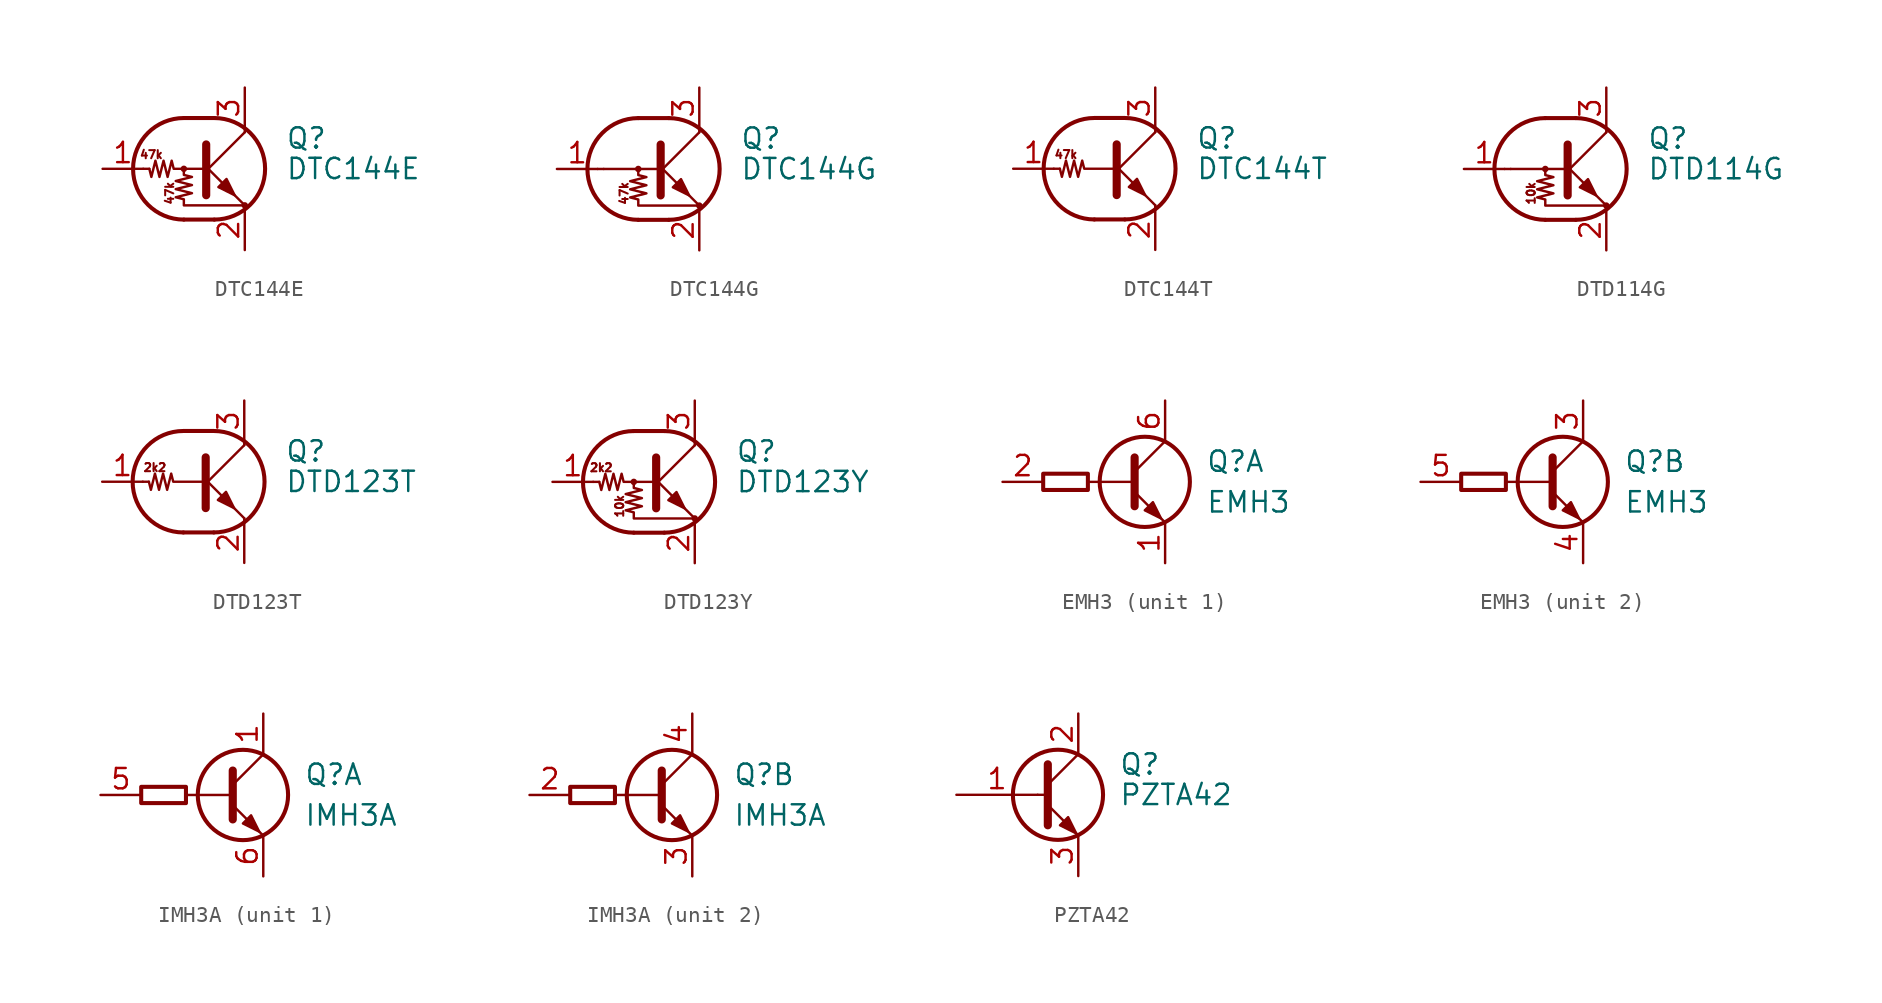
<source format=kicad_sym>
(kicad_symbol_lib
  (version 20201005)
  (generator kicad_symbol_editor)
  (symbol "Transistor_BJT:DTC144E"
    (pin_names
      (offset 0) hide)
    (property "Reference" "Q"
      (at 5.08 1.905 0)
      (effects (font (size 1.27 1.27)) (justify left)))
    (property "Value" "DTC144E"
      (at 5.08 0 0)
      (effects (font (size 1.27 1.27)) (justify left)))
    (symbol "DTC144E_0_0"
      (text "47k" (at -3.302 0.889 0) (effects (font (size 0.508 0.508))))
      (text "47k" (at -2.159 -1.524 900) (effects (font (size 0.508 0.508)))))
    (symbol "DTC144E_0_1"
      (arc (start -1.27 3.175) (end -1.27 -3.175) (radius (at -1.27 0) (length 3.175) (angles 90.1 -90.1)) (stroke (width 0.254)) (fill (type none)))
      (arc (start 0.635 -3.175) (end 0.635 3.175) (radius (at 0.635 0) (length 3.175) (angles -89.9 89.9)) (stroke (width 0.254)) (fill (type none)))
      (circle (center -1.27 0) (radius 0.127) (stroke (width 0)) (fill (type none)))
      (circle (center 2.54 -2.286) (radius 0.127) (stroke (width 0)) (fill (type none)))
      (polyline (pts (xy -3.429 0) (xy -3.81 0)) (stroke (width 0)) (fill (type none)))
      (polyline (pts (xy -1.27 -3.175) (xy 0.635 -3.175)) (stroke (width 0.254)) (fill (type none)))
      (polyline (pts (xy -1.27 3.175) (xy 0.635 3.175)) (stroke (width 0.254)) (fill (type none)))
      (polyline (pts (xy 0 -0.254) (xy 2.54 2.286)) (stroke (width 0)) (fill (type none)))
      (polyline (pts (xy 0.127 1.524) (xy 0.127 -1.651)) (stroke (width 0.508)) (fill (type outline)))
      (polyline (pts (xy 2.54 2.286) (xy 2.54 2.54)) (stroke (width 0)) (fill (type none)))
      (polyline (pts (xy 2.54 -2.286) (xy 0 0.254) (xy 0 0.254)) (stroke (width 0)) (fill (type none)))
      (polyline (pts (xy 0.889 -1.143) (xy 1.397 -0.635) (xy 1.905 -1.651) (xy 0.889 -1.143)) (stroke (width 0)) (fill (type outline)))
      (polyline (pts (xy 0 0) (xy -1.905 0) (xy -2.032 0.508) (xy -2.286 -0.508) (xy -2.54 0.508) (xy -2.794 -0.508) (xy -3.048 0.508) (xy -3.302 -0.508) (xy -3.429 0)) (stroke (width 0)) (fill (type none)))
      (polyline (pts (xy -1.27 0) (xy -1.27 -0.381) (xy -0.762 -0.508) (xy -1.778 -0.762) (xy -0.762 -1.016) (xy -1.778 -1.27) (xy -0.762 -1.524) (xy -1.778 -1.778) (xy -1.27 -1.905) (xy -1.27 -2.286) (xy 2.54 -2.286)) (stroke (width 0)) (fill (type none))))
    (symbol "DTC144E_1_1"
      (pin input line (at -6.35 0 0) (length 2.54) (name "B" (effects (font (size 1.27 1.27)))) (number "1" (effects (font (size 1.27 1.27)))))
      (pin passive line (at 2.54 -5.08 90) (length 2.54) (name "E" (effects (font (size 1.27 1.27)))) (number "2" (effects (font (size 1.27 1.27)))))
      (pin passive line (at 2.54 5.08 270) (length 2.54) (name "C" (effects (font (size 1.27 1.27)))) (number "3" (effects (font (size 1.27 1.27)))))))
  (symbol "Transistor_BJT:DTC144G"
    (pin_names
      (offset 0) hide)
    (property "Reference" "Q"
      (at 5.08 1.905 0)
      (effects (font (size 1.27 1.27)) (justify left)))
    (property "Value" "DTC144G"
      (at 5.08 0 0)
      (effects (font (size 1.27 1.27)) (justify left)))
    (symbol "DTC144G_0_0"
      (text "47k" (at -2.159 -1.524 900) (effects (font (size 0.508 0.508))))
      (polyline (pts (xy -3.429 0) (xy 0 0)) (stroke (width 0)) (fill (type none))))
    (symbol "DTC144G_0_1"
      (arc (start -1.27 3.175) (end -1.27 -3.175) (radius (at -1.27 0) (length 3.175) (angles 90.1 -90.1)) (stroke (width 0.254)) (fill (type none)))
      (arc (start 0.635 -3.175) (end 0.635 3.175) (radius (at 0.635 0) (length 3.175) (angles -89.9 89.9)) (stroke (width 0.254)) (fill (type none)))
      (circle (center -1.27 0) (radius 0.127) (stroke (width 0)) (fill (type none)))
      (circle (center 2.54 -2.286) (radius 0.127) (stroke (width 0)) (fill (type none)))
      (polyline (pts (xy -3.429 0) (xy -3.81 0)) (stroke (width 0)) (fill (type none)))
      (polyline (pts (xy -1.27 -3.175) (xy 0.635 -3.175)) (stroke (width 0.254)) (fill (type none)))
      (polyline (pts (xy -1.27 3.175) (xy 0.635 3.175)) (stroke (width 0.254)) (fill (type none)))
      (polyline (pts (xy 0 -0.254) (xy 2.54 2.286)) (stroke (width 0)) (fill (type none)))
      (polyline (pts (xy 0.127 1.524) (xy 0.127 -1.651)) (stroke (width 0.508)) (fill (type outline)))
      (polyline (pts (xy 2.54 2.286) (xy 2.54 2.54)) (stroke (width 0)) (fill (type none)))
      (polyline (pts (xy 2.54 -2.286) (xy 0 0.254) (xy 0 0.254)) (stroke (width 0)) (fill (type none)))
      (polyline (pts (xy 0.889 -1.143) (xy 1.397 -0.635) (xy 1.905 -1.651) (xy 0.889 -1.143)) (stroke (width 0)) (fill (type outline)))
      (polyline (pts (xy -1.27 0) (xy -1.27 -0.381) (xy -0.762 -0.508) (xy -1.778 -0.762) (xy -0.762 -1.016) (xy -1.778 -1.27) (xy -0.762 -1.524) (xy -1.778 -1.778) (xy -1.27 -1.905) (xy -1.27 -2.286) (xy 2.54 -2.286)) (stroke (width 0)) (fill (type none))))
    (symbol "DTC144G_1_1"
      (pin input line (at -6.35 0 0) (length 2.54) (name "B" (effects (font (size 1.27 1.27)))) (number "1" (effects (font (size 1.27 1.27)))))
      (pin passive line (at 2.54 -5.08 90) (length 2.54) (name "E" (effects (font (size 1.27 1.27)))) (number "2" (effects (font (size 1.27 1.27)))))
      (pin passive line (at 2.54 5.08 270) (length 2.54) (name "C" (effects (font (size 1.27 1.27)))) (number "3" (effects (font (size 1.27 1.27)))))))
  (symbol "Transistor_BJT:DTC144T"
    (pin_names
      (offset 0) hide)
    (property "Reference" "Q"
      (at 5.08 1.905 0)
      (effects (font (size 1.27 1.27)) (justify left)))
    (property "Value" "DTC144T"
      (at 5.08 0 0)
      (effects (font (size 1.27 1.27)) (justify left)))
    (symbol "DTC144T_0_0"
      (text "47k" (at -3.048 0.889 0) (effects (font (size 0.508 0.508))))
      (polyline (pts (xy 2.54 -2.286) (xy 2.54 -2.54)) (stroke (width 0)) (fill (type none))))
    (symbol "DTC144T_0_1"
      (arc (start -1.27 3.175) (end -1.27 -3.175) (radius (at -1.27 0) (length 3.175) (angles 90.1 -90.1)) (stroke (width 0.254)) (fill (type none)))
      (arc (start 0.635 -3.175) (end 0.635 3.175) (radius (at 0.635 0) (length 3.175) (angles -89.9 89.9)) (stroke (width 0.254)) (fill (type none)))
      (polyline (pts (xy -3.429 0) (xy -3.81 0)) (stroke (width 0)) (fill (type none)))
      (polyline (pts (xy -1.27 -3.175) (xy 0.635 -3.175)) (stroke (width 0.254)) (fill (type none)))
      (polyline (pts (xy -1.27 3.175) (xy 0.635 3.175)) (stroke (width 0.254)) (fill (type none)))
      (polyline (pts (xy 0 -0.254) (xy 2.54 2.286)) (stroke (width 0)) (fill (type none)))
      (polyline (pts (xy 0.127 1.524) (xy 0.127 -1.651)) (stroke (width 0.508)) (fill (type outline)))
      (polyline (pts (xy 2.54 2.286) (xy 2.54 2.54)) (stroke (width 0)) (fill (type none)))
      (polyline (pts (xy 2.54 -2.286) (xy 0 0.254) (xy 0 0.254)) (stroke (width 0)) (fill (type none)))
      (polyline (pts (xy 0.889 -1.143) (xy 1.397 -0.635) (xy 1.905 -1.651) (xy 0.889 -1.143)) (stroke (width 0)) (fill (type outline)))
      (polyline (pts (xy 0 0) (xy -1.905 0) (xy -2.032 0.508) (xy -2.286 -0.508) (xy -2.54 0.508) (xy -2.794 -0.508) (xy -3.048 0.508) (xy -3.302 -0.508) (xy -3.429 0)) (stroke (width 0)) (fill (type none))))
    (symbol "DTC144T_1_1"
      (pin input line (at -6.35 0 0) (length 2.54) (name "B" (effects (font (size 1.27 1.27)))) (number "1" (effects (font (size 1.27 1.27)))))
      (pin passive line (at 2.54 -5.08 90) (length 2.54) (name "E" (effects (font (size 1.27 1.27)))) (number "2" (effects (font (size 1.27 1.27)))))
      (pin passive line (at 2.54 5.08 270) (length 2.54) (name "C" (effects (font (size 1.27 1.27)))) (number "3" (effects (font (size 1.27 1.27)))))))
  (symbol "Transistor_BJT:DTD114G"
    (pin_names
      (offset 0) hide)
    (property "Reference" "Q"
      (at 5.08 1.905 0)
      (effects (font (size 1.27 1.27)) (justify left)))
    (property "Value" "DTD114G"
      (at 5.08 0 0)
      (effects (font (size 1.27 1.27)) (justify left)))
    (symbol "DTD114G_0_0"
      (text "10k" (at -2.159 -1.524 900) (effects (font (size 0.508 0.508))))
      (polyline (pts (xy -3.429 0) (xy 0 0)) (stroke (width 0)) (fill (type none))))
    (symbol "DTD114G_0_1"
      (arc (start -1.27 3.175) (end -1.27 -3.175) (radius (at -1.27 0) (length 3.175) (angles 90.1 -90.1)) (stroke (width 0.254)) (fill (type none)))
      (arc (start 0.635 -3.175) (end 0.635 3.175) (radius (at 0.635 0) (length 3.175) (angles -89.9 89.9)) (stroke (width 0.254)) (fill (type none)))
      (circle (center -1.27 0) (radius 0.127) (stroke (width 0)) (fill (type none)))
      (circle (center 2.54 -2.286) (radius 0.127) (stroke (width 0)) (fill (type none)))
      (polyline (pts (xy -3.429 0) (xy -3.81 0)) (stroke (width 0)) (fill (type none)))
      (polyline (pts (xy -1.27 -3.175) (xy 0.635 -3.175)) (stroke (width 0.254)) (fill (type none)))
      (polyline (pts (xy -1.27 3.175) (xy 0.635 3.175)) (stroke (width 0.254)) (fill (type none)))
      (polyline (pts (xy 0 -0.254) (xy 2.54 2.286)) (stroke (width 0)) (fill (type none)))
      (polyline (pts (xy 0.127 1.524) (xy 0.127 -1.651)) (stroke (width 0.508)) (fill (type outline)))
      (polyline (pts (xy 2.54 2.286) (xy 2.54 2.54)) (stroke (width 0)) (fill (type none)))
      (polyline (pts (xy 2.54 -2.286) (xy 0 0.254) (xy 0 0.254)) (stroke (width 0)) (fill (type none)))
      (polyline (pts (xy 0.889 -1.143) (xy 1.397 -0.635) (xy 1.905 -1.651) (xy 0.889 -1.143)) (stroke (width 0)) (fill (type outline)))
      (polyline (pts (xy -1.27 0) (xy -1.27 -0.381) (xy -0.762 -0.508) (xy -1.778 -0.762) (xy -0.762 -1.016) (xy -1.778 -1.27) (xy -0.762 -1.524) (xy -1.778 -1.778) (xy -1.27 -1.905) (xy -1.27 -2.286) (xy 2.54 -2.286)) (stroke (width 0)) (fill (type none))))
    (symbol "DTD114G_1_1"
      (pin input line (at -6.35 0 0) (length 2.54) (name "B" (effects (font (size 1.27 1.27)))) (number "1" (effects (font (size 1.27 1.27)))))
      (pin passive line (at 2.54 -5.08 90) (length 2.54) (name "E" (effects (font (size 1.27 1.27)))) (number "2" (effects (font (size 1.27 1.27)))))
      (pin passive line (at 2.54 5.08 270) (length 2.54) (name "C" (effects (font (size 1.27 1.27)))) (number "3" (effects (font (size 1.27 1.27)))))))
  (symbol "Transistor_BJT:DTD123T"
    (pin_names
      (offset 0) hide)
    (property "Reference" "Q"
      (at 5.08 1.905 0)
      (effects (font (size 1.27 1.27)) (justify left)))
    (property "Value" "DTD123T"
      (at 5.08 0 0)
      (effects (font (size 1.27 1.27)) (justify left)))
    (symbol "DTD123T_0_0"
      (text "2k2" (at -3.048 0.889 0) (effects (font (size 0.508 0.508))))
      (polyline (pts (xy 2.54 -2.286) (xy 2.54 -2.54)) (stroke (width 0)) (fill (type none))))
    (symbol "DTD123T_0_1"
      (arc (start -1.27 3.175) (end -1.27 -3.175) (radius (at -1.27 0) (length 3.175) (angles 90.1 -90.1)) (stroke (width 0.254)) (fill (type none)))
      (arc (start 0.635 -3.175) (end 0.635 3.175) (radius (at 0.635 0) (length 3.175) (angles -89.9 89.9)) (stroke (width 0.254)) (fill (type none)))
      (polyline (pts (xy -3.429 0) (xy -3.81 0)) (stroke (width 0)) (fill (type none)))
      (polyline (pts (xy -1.27 -3.175) (xy 0.635 -3.175)) (stroke (width 0.254)) (fill (type none)))
      (polyline (pts (xy -1.27 3.175) (xy 0.635 3.175)) (stroke (width 0.254)) (fill (type none)))
      (polyline (pts (xy 0 -0.254) (xy 2.54 2.286)) (stroke (width 0)) (fill (type none)))
      (polyline (pts (xy 0.127 1.524) (xy 0.127 -1.651)) (stroke (width 0.508)) (fill (type outline)))
      (polyline (pts (xy 2.54 2.286) (xy 2.54 2.54)) (stroke (width 0)) (fill (type none)))
      (polyline (pts (xy 2.54 -2.286) (xy 0 0.254) (xy 0 0.254)) (stroke (width 0)) (fill (type none)))
      (polyline (pts (xy 0.889 -1.143) (xy 1.397 -0.635) (xy 1.905 -1.651) (xy 0.889 -1.143)) (stroke (width 0)) (fill (type outline)))
      (polyline (pts (xy 0 0) (xy -1.905 0) (xy -2.032 0.508) (xy -2.286 -0.508) (xy -2.54 0.508) (xy -2.794 -0.508) (xy -3.048 0.508) (xy -3.302 -0.508) (xy -3.429 0)) (stroke (width 0)) (fill (type none))))
    (symbol "DTD123T_1_1"
      (pin input line (at -6.35 0 0) (length 2.54) (name "B" (effects (font (size 1.27 1.27)))) (number "1" (effects (font (size 1.27 1.27)))))
      (pin passive line (at 2.54 -5.08 90) (length 2.54) (name "E" (effects (font (size 1.27 1.27)))) (number "2" (effects (font (size 1.27 1.27)))))
      (pin passive line (at 2.54 5.08 270) (length 2.54) (name "C" (effects (font (size 1.27 1.27)))) (number "3" (effects (font (size 1.27 1.27)))))))
  (symbol "Transistor_BJT:DTD123Y"
    (pin_names
      (offset 0) hide)
    (property "Reference" "Q"
      (at 5.08 1.905 0)
      (effects (font (size 1.27 1.27)) (justify left)))
    (property "Value" "DTD123Y"
      (at 5.08 0 0)
      (effects (font (size 1.27 1.27)) (justify left)))
    (symbol "DTD123Y_0_0"
      (text "10k" (at -2.159 -1.524 900) (effects (font (size 0.508 0.508))))
      (text "2k2" (at -3.302 0.889 0) (effects (font (size 0.508 0.508)))))
    (symbol "DTD123Y_0_1"
      (arc (start -1.27 3.175) (end -1.27 -3.175) (radius (at -1.27 0) (length 3.175) (angles 90.1 -90.1)) (stroke (width 0.254)) (fill (type none)))
      (arc (start 0.635 -3.175) (end 0.635 3.175) (radius (at 0.635 0) (length 3.175) (angles -89.9 89.9)) (stroke (width 0.254)) (fill (type none)))
      (circle (center -1.27 0) (radius 0.127) (stroke (width 0)) (fill (type none)))
      (circle (center 2.54 -2.286) (radius 0.127) (stroke (width 0)) (fill (type none)))
      (polyline (pts (xy -3.429 0) (xy -3.81 0)) (stroke (width 0)) (fill (type none)))
      (polyline (pts (xy -1.27 -3.175) (xy 0.635 -3.175)) (stroke (width 0.254)) (fill (type none)))
      (polyline (pts (xy -1.27 3.175) (xy 0.635 3.175)) (stroke (width 0.254)) (fill (type none)))
      (polyline (pts (xy 0 -0.254) (xy 2.54 2.286)) (stroke (width 0)) (fill (type none)))
      (polyline (pts (xy 0.127 1.524) (xy 0.127 -1.651)) (stroke (width 0.508)) (fill (type outline)))
      (polyline (pts (xy 2.54 2.286) (xy 2.54 2.54)) (stroke (width 0)) (fill (type none)))
      (polyline (pts (xy 2.54 -2.286) (xy 0 0.254) (xy 0 0.254)) (stroke (width 0)) (fill (type none)))
      (polyline (pts (xy 0.889 -1.143) (xy 1.397 -0.635) (xy 1.905 -1.651) (xy 0.889 -1.143)) (stroke (width 0)) (fill (type outline)))
      (polyline (pts (xy 0 0) (xy -1.905 0) (xy -2.032 0.508) (xy -2.286 -0.508) (xy -2.54 0.508) (xy -2.794 -0.508) (xy -3.048 0.508) (xy -3.302 -0.508) (xy -3.429 0)) (stroke (width 0)) (fill (type none)))
      (polyline (pts (xy -1.27 0) (xy -1.27 -0.381) (xy -0.762 -0.508) (xy -1.778 -0.762) (xy -0.762 -1.016) (xy -1.778 -1.27) (xy -0.762 -1.524) (xy -1.778 -1.778) (xy -1.27 -1.905) (xy -1.27 -2.286) (xy 2.54 -2.286)) (stroke (width 0)) (fill (type none))))
    (symbol "DTD123Y_1_1"
      (pin input line (at -6.35 0 0) (length 2.54) (name "B" (effects (font (size 1.27 1.27)))) (number "1" (effects (font (size 1.27 1.27)))))
      (pin passive line (at 2.54 -5.08 90) (length 2.54) (name "E" (effects (font (size 1.27 1.27)))) (number "2" (effects (font (size 1.27 1.27)))))
      (pin passive line (at 2.54 5.08 270) (length 2.54) (name "C" (effects (font (size 1.27 1.27)))) (number "3" (effects (font (size 1.27 1.27)))))))
  (symbol "Transistor_BJT:EMH3"
    (pin_names hide)
    (property "Reference" "Q"
      (at 7.62 1.27 0)
      (effects (font (size 1.27 1.27)) (justify left)))
    (property "Value" "EMH3"
      (at 7.62 -1.27 0)
      (effects (font (size 1.27 1.27)) (justify left)))
    (symbol "EMH3_0_1"
      (circle (center 3.81 0) (radius 2.819) (stroke (width 0.254)) (fill (type none)))
      (rectangle (start 0.254 0.508) (end -2.54 -0.508) (stroke (width 0.254)) (fill (type none)))
      (polyline (pts (xy 3.175 0) (xy 0.254 0)) (stroke (width 0)) (fill (type none)))
      (polyline (pts (xy 3.175 0.635) (xy 5.08 2.54)) (stroke (width 0)) (fill (type none)))
      (polyline (pts (xy 3.175 1.524) (xy 3.175 -1.524)) (stroke (width 0.508)) (fill (type none)))
      (polyline (pts (xy 3.175 -0.635) (xy 5.08 -2.54) (xy 5.08 -2.54)) (stroke (width 0)) (fill (type none)))
      (polyline (pts (xy 3.81 -1.778) (xy 4.318 -1.27) (xy 4.826 -2.286) (xy 3.81 -1.778) (xy 3.81 -1.778)) (stroke (width 0)) (fill (type outline))))
    (symbol "EMH3_1_1"
      (pin passive line (at 5.08 -5.08 90) (length 2.54) (name "E1" (effects (font (size 1.27 1.27)))) (number "1" (effects (font (size 1.27 1.27)))))
      (pin input line (at -5.08 0 0) (length 2.54) (name "B1" (effects (font (size 1.27 1.27)))) (number "2" (effects (font (size 1.27 1.27)))))
      (pin passive line (at 5.08 5.08 270) (length 2.54) (name "C1" (effects (font (size 1.27 1.27)))) (number "6" (effects (font (size 1.27 1.27))))))
    (symbol "EMH3_2_1"
      (pin passive line (at 5.08 5.08 270) (length 2.54) (name "C2" (effects (font (size 1.27 1.27)))) (number "3" (effects (font (size 1.27 1.27)))))
      (pin passive line (at 5.08 -5.08 90) (length 2.54) (name "E2" (effects (font (size 1.27 1.27)))) (number "4" (effects (font (size 1.27 1.27)))))
      (pin input line (at -5.08 0 0) (length 2.54) (name "B2" (effects (font (size 1.27 1.27)))) (number "5" (effects (font (size 1.27 1.27)))))))
  (symbol "Transistor_BJT:IMH3A"
    (pin_names hide)
    (property "Reference" "Q"
      (at 7.62 1.27 0)
      (effects (font (size 1.27 1.27)) (justify left)))
    (property "Value" "IMH3A"
      (at 7.62 -1.27 0)
      (effects (font (size 1.27 1.27)) (justify left)))
    (symbol "IMH3A_0_1"
      (circle (center 3.81 0) (radius 2.819) (stroke (width 0.254)) (fill (type none)))
      (rectangle (start 0.254 0.508) (end -2.54 -0.508) (stroke (width 0.254)) (fill (type none)))
      (polyline (pts (xy 3.175 0) (xy 0.254 0)) (stroke (width 0)) (fill (type none)))
      (polyline (pts (xy 3.175 0.635) (xy 5.08 2.54)) (stroke (width 0)) (fill (type none)))
      (polyline (pts (xy 3.175 1.524) (xy 3.175 -1.524)) (stroke (width 0.508)) (fill (type none)))
      (polyline (pts (xy 3.175 -0.635) (xy 5.08 -2.54) (xy 5.08 -2.54)) (stroke (width 0)) (fill (type none)))
      (polyline (pts (xy 3.81 -1.778) (xy 4.318 -1.27) (xy 4.826 -2.286) (xy 3.81 -1.778) (xy 3.81 -1.778)) (stroke (width 0)) (fill (type outline))))
    (symbol "IMH3A_1_1"
      (pin passive line (at 5.08 5.08 270) (length 2.54) (name "C1" (effects (font (size 1.27 1.27)))) (number "1" (effects (font (size 1.27 1.27)))))
      (pin input line (at -5.08 0 0) (length 2.54) (name "B1" (effects (font (size 1.27 1.27)))) (number "5" (effects (font (size 1.27 1.27)))))
      (pin passive line (at 5.08 -5.08 90) (length 2.54) (name "E1" (effects (font (size 1.27 1.27)))) (number "6" (effects (font (size 1.27 1.27))))))
    (symbol "IMH3A_2_1"
      (pin input line (at -5.08 0 0) (length 2.54) (name "B2" (effects (font (size 1.27 1.27)))) (number "2" (effects (font (size 1.27 1.27)))))
      (pin passive line (at 5.08 -5.08 90) (length 2.54) (name "E2" (effects (font (size 1.27 1.27)))) (number "3" (effects (font (size 1.27 1.27)))))
      (pin passive line (at 5.08 5.08 270) (length 2.54) (name "C2" (effects (font (size 1.27 1.27)))) (number "4" (effects (font (size 1.27 1.27)))))))
  (symbol "Transistor_BJT:PZTA42"
    (pin_names
      (offset 0) hide)
    (property "Reference" "Q"
      (at 5.08 1.905 0)
      (effects (font (size 1.27 1.27)) (justify left)))
    (property "Value" "PZTA42"
      (at 5.08 0 0)
      (effects (font (size 1.27 1.27)) (justify left)))
    (symbol "PZTA42_0_1"
      (circle (center 1.27 0) (radius 2.819) (stroke (width 0.254)) (fill (type none)))
      (polyline (pts (xy 0 0) (xy 0.635 0)) (stroke (width 0)) (fill (type none)))
      (polyline (pts (xy 2.54 -2.54) (xy 0.635 -0.635)) (stroke (width 0)) (fill (type none)))
      (polyline (pts (xy 2.54 2.54) (xy 0.635 0.635)) (stroke (width 0)) (fill (type none)))
      (polyline (pts (xy 0.635 1.905) (xy 0.635 -1.905) (xy 0.635 -1.905)) (stroke (width 0.508)) (fill (type none)))
      (polyline (pts (xy 2.286 -2.286) (xy 1.778 -1.778) (xy 1.778 -1.778)) (stroke (width 0)) (fill (type none)))
      (polyline (pts (xy 1.397 -1.905) (xy 1.905 -1.397) (xy 2.413 -2.413) (xy 1.397 -1.905) (xy 1.397 -1.905)) (stroke (width 0)) (fill (type outline))))
    (symbol "PZTA42_1_1"
      (pin input line (at -5.08 0 0) (length 5.08) (name "B" (effects (font (size 1.27 1.27)))) (number "1" (effects (font (size 1.27 1.27)))))
      (pin passive line (at 2.54 5.08 270) (length 2.54) (name "C" (effects (font (size 1.27 1.27)))) (number "2" (effects (font (size 1.27 1.27)))))
      (pin passive line (at 2.54 -5.08 90) (length 2.54) (name "E" (effects (font (size 1.27 1.27)))) (number "3" (effects (font (size 1.27 1.27))))))))
</source>
